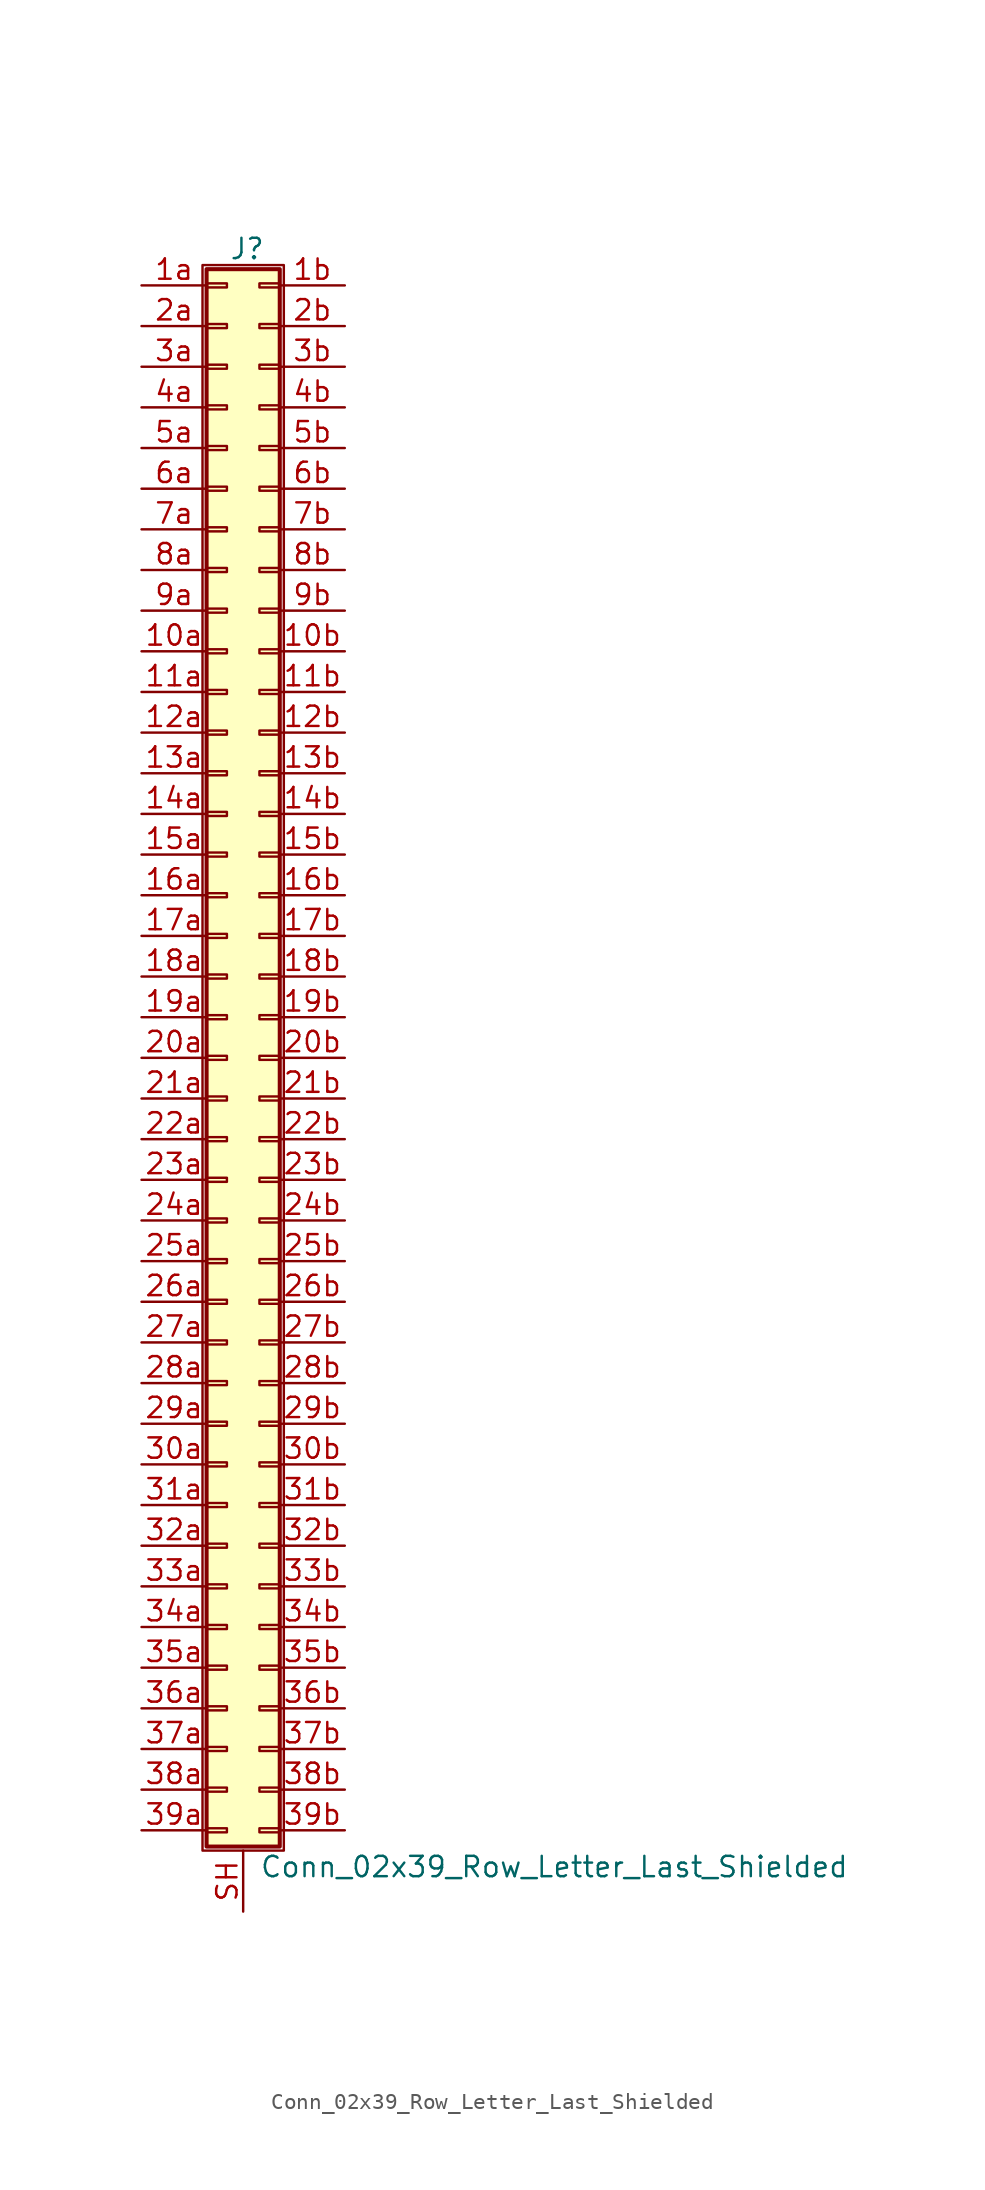
<source format=kicad_sym>
(kicad_symbol_lib
  (version 20220914)
  (generator kicad_symbol_editor)
  (symbol "Conn_02x39_Row_Letter_Last_Shielded"
    (pin_names
      (offset 1.016) hide)
    (property "Reference" "J"
      (at 1.524 50.546 0)
      (effects (font (size 1.27 1.27))))
    (property "Value" "Conn_02x39_Row_Letter_Last_Shielded"
      (at 2.286 -50.546 0)
      (effects (font (size 1.27 1.27)) (justify left)))
    (symbol "Conn_02x39_Row_Letter_Last_Shielded_1_1"
      (rectangle (start -1.27 49.53) (end 3.81 -49.53) (stroke (width 0.152) (type default)) (fill (type none)))
      (rectangle (start -1.016 -48.133) (end 0.254 -48.387) (stroke (width 0.152) (type default)) (fill (type none)))
      (rectangle (start -1.016 -45.593) (end 0.254 -45.847) (stroke (width 0.152) (type default)) (fill (type none)))
      (rectangle (start -1.016 -43.053) (end 0.254 -43.307) (stroke (width 0.152) (type default)) (fill (type none)))
      (rectangle (start -1.016 -40.513) (end 0.254 -40.767) (stroke (width 0.152) (type default)) (fill (type none)))
      (rectangle (start -1.016 -37.973) (end 0.254 -38.227) (stroke (width 0.152) (type default)) (fill (type none)))
      (rectangle (start -1.016 -35.433) (end 0.254 -35.687) (stroke (width 0.152) (type default)) (fill (type none)))
      (rectangle (start -1.016 -32.893) (end 0.254 -33.147) (stroke (width 0.152) (type default)) (fill (type none)))
      (rectangle (start -1.016 -30.353) (end 0.254 -30.607) (stroke (width 0.152) (type default)) (fill (type none)))
      (rectangle (start -1.016 -27.813) (end 0.254 -28.067) (stroke (width 0.152) (type default)) (fill (type none)))
      (rectangle (start -1.016 -25.273) (end 0.254 -25.527) (stroke (width 0.152) (type default)) (fill (type none)))
      (rectangle (start -1.016 -22.733) (end 0.254 -22.987) (stroke (width 0.152) (type default)) (fill (type none)))
      (rectangle (start -1.016 -20.193) (end 0.254 -20.447) (stroke (width 0.152) (type default)) (fill (type none)))
      (rectangle (start -1.016 -17.653) (end 0.254 -17.907) (stroke (width 0.152) (type default)) (fill (type none)))
      (rectangle (start -1.016 -15.113) (end 0.254 -15.367) (stroke (width 0.152) (type default)) (fill (type none)))
      (rectangle (start -1.016 -12.573) (end 0.254 -12.827) (stroke (width 0.152) (type default)) (fill (type none)))
      (rectangle (start -1.016 -10.033) (end 0.254 -10.287) (stroke (width 0.152) (type default)) (fill (type none)))
      (rectangle (start -1.016 -7.493) (end 0.254 -7.747) (stroke (width 0.152) (type default)) (fill (type none)))
      (rectangle (start -1.016 -4.953) (end 0.254 -5.207) (stroke (width 0.152) (type default)) (fill (type none)))
      (rectangle (start -1.016 -2.413) (end 0.254 -2.667) (stroke (width 0.152) (type default)) (fill (type none)))
      (rectangle (start -1.016 0.127) (end 0.254 -0.127) (stroke (width 0.152) (type default)) (fill (type none)))
      (rectangle (start -1.016 2.667) (end 0.254 2.413) (stroke (width 0.152) (type default)) (fill (type none)))
      (rectangle (start -1.016 5.207) (end 0.254 4.953) (stroke (width 0.152) (type default)) (fill (type none)))
      (rectangle (start -1.016 7.747) (end 0.254 7.493) (stroke (width 0.152) (type default)) (fill (type none)))
      (rectangle (start -1.016 10.287) (end 0.254 10.033) (stroke (width 0.152) (type default)) (fill (type none)))
      (rectangle (start -1.016 12.827) (end 0.254 12.573) (stroke (width 0.152) (type default)) (fill (type none)))
      (rectangle (start -1.016 15.367) (end 0.254 15.113) (stroke (width 0.152) (type default)) (fill (type none)))
      (rectangle (start -1.016 17.907) (end 0.254 17.653) (stroke (width 0.152) (type default)) (fill (type none)))
      (rectangle (start -1.016 20.447) (end 0.254 20.193) (stroke (width 0.152) (type default)) (fill (type none)))
      (rectangle (start -1.016 22.987) (end 0.254 22.733) (stroke (width 0.152) (type default)) (fill (type none)))
      (rectangle (start -1.016 25.527) (end 0.254 25.273) (stroke (width 0.152) (type default)) (fill (type none)))
      (rectangle (start -1.016 28.067) (end 0.254 27.813) (stroke (width 0.152) (type default)) (fill (type none)))
      (rectangle (start -1.016 30.607) (end 0.254 30.353) (stroke (width 0.152) (type default)) (fill (type none)))
      (rectangle (start -1.016 33.147) (end 0.254 32.893) (stroke (width 0.152) (type default)) (fill (type none)))
      (rectangle (start -1.016 35.687) (end 0.254 35.433) (stroke (width 0.152) (type default)) (fill (type none)))
      (rectangle (start -1.016 38.227) (end 0.254 37.973) (stroke (width 0.152) (type default)) (fill (type none)))
      (rectangle (start -1.016 40.767) (end 0.254 40.513) (stroke (width 0.152) (type default)) (fill (type none)))
      (rectangle (start -1.016 43.307) (end 0.254 43.053) (stroke (width 0.152) (type default)) (fill (type none)))
      (rectangle (start -1.016 45.847) (end 0.254 45.593) (stroke (width 0.152) (type default)) (fill (type none)))
      (rectangle (start -1.016 48.387) (end 0.254 48.133) (stroke (width 0.152) (type default)) (fill (type none)))
      (rectangle (start -1.016 49.276) (end 3.556 -49.276) (stroke (width 0.254) (type default)) (fill (type background)))
      (rectangle (start 3.556 -48.133) (end 2.286 -48.387) (stroke (width 0.152) (type default)) (fill (type none)))
      (rectangle (start 3.556 -45.593) (end 2.286 -45.847) (stroke (width 0.152) (type default)) (fill (type none)))
      (rectangle (start 3.556 -43.053) (end 2.286 -43.307) (stroke (width 0.152) (type default)) (fill (type none)))
      (rectangle (start 3.556 -40.513) (end 2.286 -40.767) (stroke (width 0.152) (type default)) (fill (type none)))
      (rectangle (start 3.556 -37.973) (end 2.286 -38.227) (stroke (width 0.152) (type default)) (fill (type none)))
      (rectangle (start 3.556 -35.433) (end 2.286 -35.687) (stroke (width 0.152) (type default)) (fill (type none)))
      (rectangle (start 3.556 -32.893) (end 2.286 -33.147) (stroke (width 0.152) (type default)) (fill (type none)))
      (rectangle (start 3.556 -30.353) (end 2.286 -30.607) (stroke (width 0.152) (type default)) (fill (type none)))
      (rectangle (start 3.556 -27.813) (end 2.286 -28.067) (stroke (width 0.152) (type default)) (fill (type none)))
      (rectangle (start 3.556 -25.273) (end 2.286 -25.527) (stroke (width 0.152) (type default)) (fill (type none)))
      (rectangle (start 3.556 -22.733) (end 2.286 -22.987) (stroke (width 0.152) (type default)) (fill (type none)))
      (rectangle (start 3.556 -20.193) (end 2.286 -20.447) (stroke (width 0.152) (type default)) (fill (type none)))
      (rectangle (start 3.556 -17.653) (end 2.286 -17.907) (stroke (width 0.152) (type default)) (fill (type none)))
      (rectangle (start 3.556 -15.113) (end 2.286 -15.367) (stroke (width 0.152) (type default)) (fill (type none)))
      (rectangle (start 3.556 -12.573) (end 2.286 -12.827) (stroke (width 0.152) (type default)) (fill (type none)))
      (rectangle (start 3.556 -10.033) (end 2.286 -10.287) (stroke (width 0.152) (type default)) (fill (type none)))
      (rectangle (start 3.556 -7.493) (end 2.286 -7.747) (stroke (width 0.152) (type default)) (fill (type none)))
      (rectangle (start 3.556 -4.953) (end 2.286 -5.207) (stroke (width 0.152) (type default)) (fill (type none)))
      (rectangle (start 3.556 -2.413) (end 2.286 -2.667) (stroke (width 0.152) (type default)) (fill (type none)))
      (rectangle (start 3.556 0.127) (end 2.286 -0.127) (stroke (width 0.152) (type default)) (fill (type none)))
      (rectangle (start 3.556 2.667) (end 2.286 2.413) (stroke (width 0.152) (type default)) (fill (type none)))
      (rectangle (start 3.556 5.207) (end 2.286 4.953) (stroke (width 0.152) (type default)) (fill (type none)))
      (rectangle (start 3.556 7.747) (end 2.286 7.493) (stroke (width 0.152) (type default)) (fill (type none)))
      (rectangle (start 3.556 10.287) (end 2.286 10.033) (stroke (width 0.152) (type default)) (fill (type none)))
      (rectangle (start 3.556 12.827) (end 2.286 12.573) (stroke (width 0.152) (type default)) (fill (type none)))
      (rectangle (start 3.556 15.367) (end 2.286 15.113) (stroke (width 0.152) (type default)) (fill (type none)))
      (rectangle (start 3.556 17.907) (end 2.286 17.653) (stroke (width 0.152) (type default)) (fill (type none)))
      (rectangle (start 3.556 20.447) (end 2.286 20.193) (stroke (width 0.152) (type default)) (fill (type none)))
      (rectangle (start 3.556 22.987) (end 2.286 22.733) (stroke (width 0.152) (type default)) (fill (type none)))
      (rectangle (start 3.556 25.527) (end 2.286 25.273) (stroke (width 0.152) (type default)) (fill (type none)))
      (rectangle (start 3.556 28.067) (end 2.286 27.813) (stroke (width 0.152) (type default)) (fill (type none)))
      (rectangle (start 3.556 30.607) (end 2.286 30.353) (stroke (width 0.152) (type default)) (fill (type none)))
      (rectangle (start 3.556 33.147) (end 2.286 32.893) (stroke (width 0.152) (type default)) (fill (type none)))
      (rectangle (start 3.556 35.687) (end 2.286 35.433) (stroke (width 0.152) (type default)) (fill (type none)))
      (rectangle (start 3.556 38.227) (end 2.286 37.973) (stroke (width 0.152) (type default)) (fill (type none)))
      (rectangle (start 3.556 40.767) (end 2.286 40.513) (stroke (width 0.152) (type default)) (fill (type none)))
      (rectangle (start 3.556 43.307) (end 2.286 43.053) (stroke (width 0.152) (type default)) (fill (type none)))
      (rectangle (start 3.556 45.847) (end 2.286 45.593) (stroke (width 0.152) (type default)) (fill (type none)))
      (rectangle (start 3.556 48.387) (end 2.286 48.133) (stroke (width 0.152) (type default)) (fill (type none)))
      (pin passive line (at -5.08 25.4 0) (length 4.064) (name "Pin_10a" (effects (font (size 1.27 1.27)))) (number "10a" (effects (font (size 1.27 1.27)))))
      (pin passive line (at 7.62 25.4 180) (length 4.064) (name "Pin_10b" (effects (font (size 1.27 1.27)))) (number "10b" (effects (font (size 1.27 1.27)))))
      (pin passive line (at -5.08 22.86 0) (length 4.064) (name "Pin_11a" (effects (font (size 1.27 1.27)))) (number "11a" (effects (font (size 1.27 1.27)))))
      (pin passive line (at 7.62 22.86 180) (length 4.064) (name "Pin_11b" (effects (font (size 1.27 1.27)))) (number "11b" (effects (font (size 1.27 1.27)))))
      (pin passive line (at -5.08 20.32 0) (length 4.064) (name "Pin_12a" (effects (font (size 1.27 1.27)))) (number "12a" (effects (font (size 1.27 1.27)))))
      (pin passive line (at 7.62 20.32 180) (length 4.064) (name "Pin_12b" (effects (font (size 1.27 1.27)))) (number "12b" (effects (font (size 1.27 1.27)))))
      (pin passive line (at -5.08 17.78 0) (length 4.064) (name "Pin_13a" (effects (font (size 1.27 1.27)))) (number "13a" (effects (font (size 1.27 1.27)))))
      (pin passive line (at 7.62 17.78 180) (length 4.064) (name "Pin_13b" (effects (font (size 1.27 1.27)))) (number "13b" (effects (font (size 1.27 1.27)))))
      (pin passive line (at -5.08 15.24 0) (length 4.064) (name "Pin_14a" (effects (font (size 1.27 1.27)))) (number "14a" (effects (font (size 1.27 1.27)))))
      (pin passive line (at 7.62 15.24 180) (length 4.064) (name "Pin_14b" (effects (font (size 1.27 1.27)))) (number "14b" (effects (font (size 1.27 1.27)))))
      (pin passive line (at -5.08 12.7 0) (length 4.064) (name "Pin_15a" (effects (font (size 1.27 1.27)))) (number "15a" (effects (font (size 1.27 1.27)))))
      (pin passive line (at 7.62 12.7 180) (length 4.064) (name "Pin_15b" (effects (font (size 1.27 1.27)))) (number "15b" (effects (font (size 1.27 1.27)))))
      (pin passive line (at -5.08 10.16 0) (length 4.064) (name "Pin_16a" (effects (font (size 1.27 1.27)))) (number "16a" (effects (font (size 1.27 1.27)))))
      (pin passive line (at 7.62 10.16 180) (length 4.064) (name "Pin_16b" (effects (font (size 1.27 1.27)))) (number "16b" (effects (font (size 1.27 1.27)))))
      (pin passive line (at -5.08 7.62 0) (length 4.064) (name "Pin_17a" (effects (font (size 1.27 1.27)))) (number "17a" (effects (font (size 1.27 1.27)))))
      (pin passive line (at 7.62 7.62 180) (length 4.064) (name "Pin_17b" (effects (font (size 1.27 1.27)))) (number "17b" (effects (font (size 1.27 1.27)))))
      (pin passive line (at -5.08 5.08 0) (length 4.064) (name "Pin_18a" (effects (font (size 1.27 1.27)))) (number "18a" (effects (font (size 1.27 1.27)))))
      (pin passive line (at 7.62 5.08 180) (length 4.064) (name "Pin_18b" (effects (font (size 1.27 1.27)))) (number "18b" (effects (font (size 1.27 1.27)))))
      (pin passive line (at -5.08 2.54 0) (length 4.064) (name "Pin_19a" (effects (font (size 1.27 1.27)))) (number "19a" (effects (font (size 1.27 1.27)))))
      (pin passive line (at 7.62 2.54 180) (length 4.064) (name "Pin_19b" (effects (font (size 1.27 1.27)))) (number "19b" (effects (font (size 1.27 1.27)))))
      (pin passive line (at -5.08 48.26 0) (length 4.064) (name "Pin_1a" (effects (font (size 1.27 1.27)))) (number "1a" (effects (font (size 1.27 1.27)))))
      (pin passive line (at 7.62 48.26 180) (length 4.064) (name "Pin_1b" (effects (font (size 1.27 1.27)))) (number "1b" (effects (font (size 1.27 1.27)))))
      (pin passive line (at -5.08 0 0) (length 4.064) (name "Pin_20a" (effects (font (size 1.27 1.27)))) (number "20a" (effects (font (size 1.27 1.27)))))
      (pin passive line (at 7.62 0 180) (length 4.064) (name "Pin_20b" (effects (font (size 1.27 1.27)))) (number "20b" (effects (font (size 1.27 1.27)))))
      (pin passive line (at -5.08 -2.54 0) (length 4.064) (name "Pin_21a" (effects (font (size 1.27 1.27)))) (number "21a" (effects (font (size 1.27 1.27)))))
      (pin passive line (at 7.62 -2.54 180) (length 4.064) (name "Pin_21b" (effects (font (size 1.27 1.27)))) (number "21b" (effects (font (size 1.27 1.27)))))
      (pin passive line (at -5.08 -5.08 0) (length 4.064) (name "Pin_22a" (effects (font (size 1.27 1.27)))) (number "22a" (effects (font (size 1.27 1.27)))))
      (pin passive line (at 7.62 -5.08 180) (length 4.064) (name "Pin_22b" (effects (font (size 1.27 1.27)))) (number "22b" (effects (font (size 1.27 1.27)))))
      (pin passive line (at -5.08 -7.62 0) (length 4.064) (name "Pin_23a" (effects (font (size 1.27 1.27)))) (number "23a" (effects (font (size 1.27 1.27)))))
      (pin passive line (at 7.62 -7.62 180) (length 4.064) (name "Pin_23b" (effects (font (size 1.27 1.27)))) (number "23b" (effects (font (size 1.27 1.27)))))
      (pin passive line (at -5.08 -10.16 0) (length 4.064) (name "Pin_24a" (effects (font (size 1.27 1.27)))) (number "24a" (effects (font (size 1.27 1.27)))))
      (pin passive line (at 7.62 -10.16 180) (length 4.064) (name "Pin_24b" (effects (font (size 1.27 1.27)))) (number "24b" (effects (font (size 1.27 1.27)))))
      (pin passive line (at -5.08 -12.7 0) (length 4.064) (name "Pin_25a" (effects (font (size 1.27 1.27)))) (number "25a" (effects (font (size 1.27 1.27)))))
      (pin passive line (at 7.62 -12.7 180) (length 4.064) (name "Pin_25b" (effects (font (size 1.27 1.27)))) (number "25b" (effects (font (size 1.27 1.27)))))
      (pin passive line (at -5.08 -15.24 0) (length 4.064) (name "Pin_26a" (effects (font (size 1.27 1.27)))) (number "26a" (effects (font (size 1.27 1.27)))))
      (pin passive line (at 7.62 -15.24 180) (length 4.064) (name "Pin_26b" (effects (font (size 1.27 1.27)))) (number "26b" (effects (font (size 1.27 1.27)))))
      (pin passive line (at -5.08 -17.78 0) (length 4.064) (name "Pin_27a" (effects (font (size 1.27 1.27)))) (number "27a" (effects (font (size 1.27 1.27)))))
      (pin passive line (at 7.62 -17.78 180) (length 4.064) (name "Pin_27b" (effects (font (size 1.27 1.27)))) (number "27b" (effects (font (size 1.27 1.27)))))
      (pin passive line (at -5.08 -20.32 0) (length 4.064) (name "Pin_28a" (effects (font (size 1.27 1.27)))) (number "28a" (effects (font (size 1.27 1.27)))))
      (pin passive line (at 7.62 -20.32 180) (length 4.064) (name "Pin_28b" (effects (font (size 1.27 1.27)))) (number "28b" (effects (font (size 1.27 1.27)))))
      (pin passive line (at -5.08 -22.86 0) (length 4.064) (name "Pin_29a" (effects (font (size 1.27 1.27)))) (number "29a" (effects (font (size 1.27 1.27)))))
      (pin passive line (at 7.62 -22.86 180) (length 4.064) (name "Pin_29b" (effects (font (size 1.27 1.27)))) (number "29b" (effects (font (size 1.27 1.27)))))
      (pin passive line (at -5.08 45.72 0) (length 4.064) (name "Pin_2a" (effects (font (size 1.27 1.27)))) (number "2a" (effects (font (size 1.27 1.27)))))
      (pin passive line (at 7.62 45.72 180) (length 4.064) (name "Pin_2b" (effects (font (size 1.27 1.27)))) (number "2b" (effects (font (size 1.27 1.27)))))
      (pin passive line (at -5.08 -25.4 0) (length 4.064) (name "Pin_30a" (effects (font (size 1.27 1.27)))) (number "30a" (effects (font (size 1.27 1.27)))))
      (pin passive line (at 7.62 -25.4 180) (length 4.064) (name "Pin_30b" (effects (font (size 1.27 1.27)))) (number "30b" (effects (font (size 1.27 1.27)))))
      (pin passive line (at -5.08 -27.94 0) (length 4.064) (name "Pin_31a" (effects (font (size 1.27 1.27)))) (number "31a" (effects (font (size 1.27 1.27)))))
      (pin passive line (at 7.62 -27.94 180) (length 4.064) (name "Pin_31b" (effects (font (size 1.27 1.27)))) (number "31b" (effects (font (size 1.27 1.27)))))
      (pin passive line (at -5.08 -30.48 0) (length 4.064) (name "Pin_32a" (effects (font (size 1.27 1.27)))) (number "32a" (effects (font (size 1.27 1.27)))))
      (pin passive line (at 7.62 -30.48 180) (length 4.064) (name "Pin_32b" (effects (font (size 1.27 1.27)))) (number "32b" (effects (font (size 1.27 1.27)))))
      (pin passive line (at -5.08 -33.02 0) (length 4.064) (name "Pin_33a" (effects (font (size 1.27 1.27)))) (number "33a" (effects (font (size 1.27 1.27)))))
      (pin passive line (at 7.62 -33.02 180) (length 4.064) (name "Pin_33b" (effects (font (size 1.27 1.27)))) (number "33b" (effects (font (size 1.27 1.27)))))
      (pin passive line (at -5.08 -35.56 0) (length 4.064) (name "Pin_34a" (effects (font (size 1.27 1.27)))) (number "34a" (effects (font (size 1.27 1.27)))))
      (pin passive line (at 7.62 -35.56 180) (length 4.064) (name "Pin_34b" (effects (font (size 1.27 1.27)))) (number "34b" (effects (font (size 1.27 1.27)))))
      (pin passive line (at -5.08 -38.1 0) (length 4.064) (name "Pin_35a" (effects (font (size 1.27 1.27)))) (number "35a" (effects (font (size 1.27 1.27)))))
      (pin passive line (at 7.62 -38.1 180) (length 4.064) (name "Pin_35b" (effects (font (size 1.27 1.27)))) (number "35b" (effects (font (size 1.27 1.27)))))
      (pin passive line (at -5.08 -40.64 0) (length 4.064) (name "Pin_36a" (effects (font (size 1.27 1.27)))) (number "36a" (effects (font (size 1.27 1.27)))))
      (pin passive line (at 7.62 -40.64 180) (length 4.064) (name "Pin_36b" (effects (font (size 1.27 1.27)))) (number "36b" (effects (font (size 1.27 1.27)))))
      (pin passive line (at -5.08 -43.18 0) (length 4.064) (name "Pin_37a" (effects (font (size 1.27 1.27)))) (number "37a" (effects (font (size 1.27 1.27)))))
      (pin passive line (at 7.62 -43.18 180) (length 4.064) (name "Pin_37b" (effects (font (size 1.27 1.27)))) (number "37b" (effects (font (size 1.27 1.27)))))
      (pin passive line (at -5.08 -45.72 0) (length 4.064) (name "Pin_38a" (effects (font (size 1.27 1.27)))) (number "38a" (effects (font (size 1.27 1.27)))))
      (pin passive line (at 7.62 -45.72 180) (length 4.064) (name "Pin_38b" (effects (font (size 1.27 1.27)))) (number "38b" (effects (font (size 1.27 1.27)))))
      (pin passive line (at -5.08 -48.26 0) (length 4.064) (name "Pin_39a" (effects (font (size 1.27 1.27)))) (number "39a" (effects (font (size 1.27 1.27)))))
      (pin passive line (at 7.62 -48.26 180) (length 4.064) (name "Pin_39b" (effects (font (size 1.27 1.27)))) (number "39b" (effects (font (size 1.27 1.27)))))
      (pin passive line (at -5.08 43.18 0) (length 4.064) (name "Pin_3a" (effects (font (size 1.27 1.27)))) (number "3a" (effects (font (size 1.27 1.27)))))
      (pin passive line (at 7.62 43.18 180) (length 4.064) (name "Pin_3b" (effects (font (size 1.27 1.27)))) (number "3b" (effects (font (size 1.27 1.27)))))
      (pin passive line (at -5.08 40.64 0) (length 4.064) (name "Pin_4a" (effects (font (size 1.27 1.27)))) (number "4a" (effects (font (size 1.27 1.27)))))
      (pin passive line (at 7.62 40.64 180) (length 4.064) (name "Pin_4b" (effects (font (size 1.27 1.27)))) (number "4b" (effects (font (size 1.27 1.27)))))
      (pin passive line (at -5.08 38.1 0) (length 4.064) (name "Pin_5a" (effects (font (size 1.27 1.27)))) (number "5a" (effects (font (size 1.27 1.27)))))
      (pin passive line (at 7.62 38.1 180) (length 4.064) (name "Pin_5b" (effects (font (size 1.27 1.27)))) (number "5b" (effects (font (size 1.27 1.27)))))
      (pin passive line (at -5.08 35.56 0) (length 4.064) (name "Pin_6a" (effects (font (size 1.27 1.27)))) (number "6a" (effects (font (size 1.27 1.27)))))
      (pin passive line (at 7.62 35.56 180) (length 4.064) (name "Pin_6b" (effects (font (size 1.27 1.27)))) (number "6b" (effects (font (size 1.27 1.27)))))
      (pin passive line (at -5.08 33.02 0) (length 4.064) (name "Pin_7a" (effects (font (size 1.27 1.27)))) (number "7a" (effects (font (size 1.27 1.27)))))
      (pin passive line (at 7.62 33.02 180) (length 4.064) (name "Pin_7b" (effects (font (size 1.27 1.27)))) (number "7b" (effects (font (size 1.27 1.27)))))
      (pin passive line (at -5.08 30.48 0) (length 4.064) (name "Pin_8a" (effects (font (size 1.27 1.27)))) (number "8a" (effects (font (size 1.27 1.27)))))
      (pin passive line (at 7.62 30.48 180) (length 4.064) (name "Pin_8b" (effects (font (size 1.27 1.27)))) (number "8b" (effects (font (size 1.27 1.27)))))
      (pin passive line (at -5.08 27.94 0) (length 4.064) (name "Pin_9a" (effects (font (size 1.27 1.27)))) (number "9a" (effects (font (size 1.27 1.27)))))
      (pin passive line (at 7.62 27.94 180) (length 4.064) (name "Pin_9b" (effects (font (size 1.27 1.27)))) (number "9b" (effects (font (size 1.27 1.27)))))
      (pin passive line (at 1.27 -53.34 90) (length 3.81) (name "Shield" (effects (font (size 1.27 1.27)))) (number "SH" (effects (font (size 1.27 1.27))))))))
</source>
